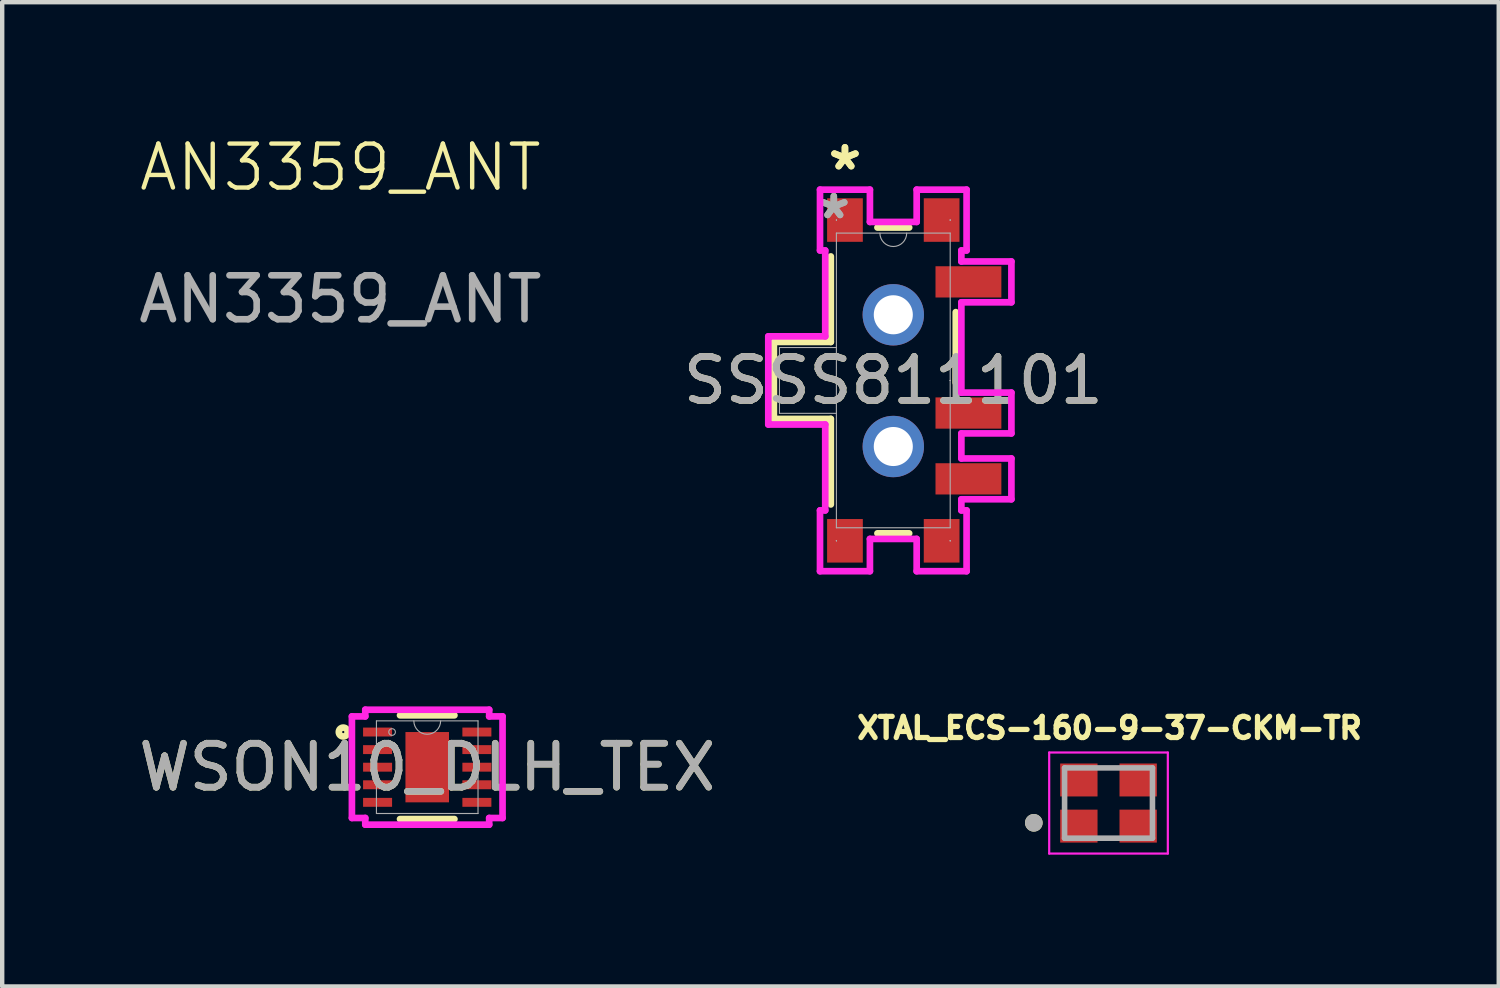
<source format=kicad_pcb>
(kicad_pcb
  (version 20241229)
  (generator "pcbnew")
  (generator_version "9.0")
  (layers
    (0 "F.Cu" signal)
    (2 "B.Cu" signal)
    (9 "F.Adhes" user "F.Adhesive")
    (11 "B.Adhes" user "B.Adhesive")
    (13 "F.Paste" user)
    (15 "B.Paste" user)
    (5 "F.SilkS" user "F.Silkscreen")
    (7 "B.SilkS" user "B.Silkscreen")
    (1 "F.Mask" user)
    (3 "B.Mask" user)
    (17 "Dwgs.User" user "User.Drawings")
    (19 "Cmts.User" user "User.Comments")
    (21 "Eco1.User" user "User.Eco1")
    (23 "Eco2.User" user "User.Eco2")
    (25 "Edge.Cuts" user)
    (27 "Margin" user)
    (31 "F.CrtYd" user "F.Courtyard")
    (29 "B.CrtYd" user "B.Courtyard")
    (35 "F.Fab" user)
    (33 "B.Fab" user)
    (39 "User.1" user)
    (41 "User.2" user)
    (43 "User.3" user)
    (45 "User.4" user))
  (footprint "AN3359_ANT"
    (layer "F.Cu")
    (at 4.696 1.26)
    (property "Reference" "AN3359_ANT" (at 0 -0.5 0) (unlocked yes) (layer "F.SilkS") (effects (font (size 1 1) (thickness 0.1))))
    (attr smd)
    (fp_text user "${REFERENCE}" (at 0 2.5 0) (unlocked yes) (layer "F.Fab") (effects (font (size 1 1) (thickness 0.15)))))
  (footprint "XTAL_ECS-160-9-37-CKM-TR"
    (layer "F.Cu")
    (at 22.178 15.226)
    (property "Reference" "XTAL_ECS-160-9-37-CKM-TR" (at 0.024 -1.708 0) (layer "F.SilkS") (effects (font (size 0.481 0.481) (thickness 0.15))))
    (attr smd)
    (fp_circle (center -1.7 0.45) (end -1.6 0.45) (stroke (width 0.2) (type solid)) (fill no) (layer "F.SilkS"))
    (fp_line (start -1.35 -1.15) (end -1.35 1.15) (stroke (width 0.05) (type solid)) (layer "F.CrtYd"))
    (fp_line (start -1.35 1.15) (end 1.35 1.15) (stroke (width 0.05) (type solid)) (layer "F.CrtYd"))
    (fp_line (start 1.35 -1.15) (end -1.35 -1.15) (stroke (width 0.05) (type solid)) (layer "F.CrtYd"))
    (fp_line (start 1.35 1.15) (end 1.35 -1.15) (stroke (width 0.05) (type solid)) (layer "F.CrtYd"))
    (fp_line (start -1 -0.8) (end -1 0.8) (stroke (width 0.127) (type solid)) (layer "F.Fab"))
    (fp_line (start -1 0.8) (end 1 0.8) (stroke (width 0.127) (type solid)) (layer "F.Fab"))
    (fp_line (start 1 -0.8) (end -1 -0.8) (stroke (width 0.127) (type solid)) (layer "F.Fab"))
    (fp_line (start 1 0.8) (end 1 -0.8) (stroke (width 0.127) (type solid)) (layer "F.Fab"))
    (fp_circle (center -1.7 0.45) (end -1.6 0.45) (stroke (width 0.2) (type solid)) (fill no) (layer "F.Fab"))
    (pad "1" smd rect (at -0.675 0.525) (size 0.85 0.75) (layers "F.Cu" "F.Mask" "F.Paste"))
    (pad "2" smd rect (at 0.675 0.525) (size 0.85 0.75) (layers "F.Cu" "F.Mask" "F.Paste"))
    (pad "3" smd rect (at 0.675 -0.525) (size 0.85 0.75) (layers "F.Cu" "F.Mask" "F.Paste"))
    (pad "4" smd rect (at -0.675 -0.525) (size 0.85 0.75) (layers "F.Cu" "F.Mask" "F.Paste")))
  (footprint "SSSS811101"
    (layer "F.Cu")
    (at 17.28 5.608)
    (property "Reference" "SSSS811101" (at 0 0 0) (unlocked yes) (layer "F.SilkS") (effects (font (size 1 1) (thickness 0.15))))
    (attr smd)
    (fp_line (start -2.718 -0.876) (end -2.718 0.876) (stroke (width 0.152) (type solid)) (layer "F.SilkS"))
    (fp_line (start -2.718 0.876) (end -1.422 0.876) (stroke (width 0.152) (type solid)) (layer "F.SilkS"))
    (fp_line (start -1.422 -2.822) (end -1.422 -0.876) (stroke (width 0.152) (type solid)) (layer "F.SilkS"))
    (fp_line (start -1.422 -0.876) (end -2.718 -0.876) (stroke (width 0.152) (type solid)) (layer "F.SilkS"))
    (fp_line (start -1.422 0.876) (end -1.422 2.822) (stroke (width 0.152) (type solid)) (layer "F.SilkS"))
    (fp_line (start -0.361 3.48) (end 0.361 3.48) (stroke (width 0.152) (type solid)) (layer "F.SilkS"))
    (fp_line (start 0.361 -3.48) (end -0.361 -3.48) (stroke (width 0.152) (type solid)) (layer "F.SilkS"))
    (fp_line (start 1.422 0.053) (end 1.422 -1.554) (stroke (width 0.152) (type solid)) (layer "F.SilkS"))
    (fp_line (start -2.845 -1.003) (end -2.845 1.003) (stroke (width 0.152) (type solid)) (layer "F.CrtYd"))
    (fp_line (start -2.845 1.003) (end -1.549 1.003) (stroke (width 0.152) (type solid)) (layer "F.CrtYd"))
    (fp_line (start -1.668 -4.342) (end -1.668 -2.958) (stroke (width 0.152) (type solid)) (layer "F.CrtYd"))
    (fp_line (start -1.668 -2.958) (end -1.549 -2.958) (stroke (width 0.152) (type solid)) (layer "F.CrtYd"))
    (fp_line (start -1.668 2.958) (end -1.668 4.342) (stroke (width 0.152) (type solid)) (layer "F.CrtYd"))
    (fp_line (start -1.668 4.342) (end -0.532 4.342) (stroke (width 0.152) (type solid)) (layer "F.CrtYd"))
    (fp_line (start -1.549 -2.958) (end -1.549 -1.003) (stroke (width 0.152) (type solid)) (layer "F.CrtYd"))
    (fp_line (start -1.549 -1.003) (end -2.845 -1.003) (stroke (width 0.152) (type solid)) (layer "F.CrtYd"))
    (fp_line (start -1.549 1.003) (end -1.549 2.958) (stroke (width 0.152) (type solid)) (layer "F.CrtYd"))
    (fp_line (start -1.549 2.958) (end -1.668 2.958) (stroke (width 0.152) (type solid)) (layer "F.CrtYd"))
    (fp_line (start -0.532 -4.342) (end -1.668 -4.342) (stroke (width 0.152) (type solid)) (layer "F.CrtYd"))
    (fp_line (start -0.532 -3.607) (end -0.532 -4.342) (stroke (width 0.152) (type solid)) (layer "F.CrtYd"))
    (fp_line (start -0.532 3.607) (end 0.532 3.607) (stroke (width 0.152) (type solid)) (layer "F.CrtYd"))
    (fp_line (start -0.532 4.342) (end -0.532 3.607) (stroke (width 0.152) (type solid)) (layer "F.CrtYd"))
    (fp_line (start 0.532 -4.342) (end 0.532 -3.607) (stroke (width 0.152) (type solid)) (layer "F.CrtYd"))
    (fp_line (start 0.532 -3.607) (end -0.532 -3.607) (stroke (width 0.152) (type solid)) (layer "F.CrtYd"))
    (fp_line (start 0.532 3.607) (end 0.532 4.342) (stroke (width 0.152) (type solid)) (layer "F.CrtYd"))
    (fp_line (start 0.532 4.342) (end 1.668 4.342) (stroke (width 0.152) (type solid)) (layer "F.CrtYd"))
    (fp_line (start 1.549 -2.958) (end 1.668 -2.958) (stroke (width 0.152) (type solid)) (layer "F.CrtYd"))
    (fp_line (start 1.549 -2.707) (end 1.549 -2.958) (stroke (width 0.152) (type solid)) (layer "F.CrtYd"))
    (fp_line (start 1.549 -1.778) (end 2.688 -1.778) (stroke (width 0.152) (type solid)) (layer "F.CrtYd"))
    (fp_line (start 1.549 0.277) (end 1.549 -1.778) (stroke (width 0.152) (type solid)) (layer "F.CrtYd"))
    (fp_line (start 1.549 1.206) (end 2.688 1.206) (stroke (width 0.152) (type solid)) (layer "F.CrtYd"))
    (fp_line (start 1.549 1.776) (end 1.549 1.206) (stroke (width 0.152) (type solid)) (layer "F.CrtYd"))
    (fp_line (start 1.549 2.705) (end 2.688 2.705) (stroke (width 0.152) (type solid)) (layer "F.CrtYd"))
    (fp_line (start 1.549 2.958) (end 1.549 2.705) (stroke (width 0.152) (type solid)) (layer "F.CrtYd"))
    (fp_line (start 1.668 -4.342) (end 0.532 -4.342) (stroke (width 0.152) (type solid)) (layer "F.CrtYd"))
    (fp_line (start 1.668 -2.958) (end 1.668 -4.342) (stroke (width 0.152) (type solid)) (layer "F.CrtYd"))
    (fp_line (start 1.668 2.958) (end 1.549 2.958) (stroke (width 0.152) (type solid)) (layer "F.CrtYd"))
    (fp_line (start 1.668 4.342) (end 1.668 2.958) (stroke (width 0.152) (type solid)) (layer "F.CrtYd"))
    (fp_line (start 2.688 -2.707) (end 1.549 -2.707) (stroke (width 0.152) (type solid)) (layer "F.CrtYd"))
    (fp_line (start 2.688 -1.778) (end 2.688 -2.707) (stroke (width 0.152) (type solid)) (layer "F.CrtYd"))
    (fp_line (start 2.688 0.277) (end 1.549 0.277) (stroke (width 0.152) (type solid)) (layer "F.CrtYd"))
    (fp_line (start 2.688 1.206) (end 2.688 0.277) (stroke (width 0.152) (type solid)) (layer "F.CrtYd"))
    (fp_line (start 2.688 1.776) (end 1.549 1.776) (stroke (width 0.152) (type solid)) (layer "F.CrtYd"))
    (fp_line (start 2.688 2.705) (end 2.688 1.776) (stroke (width 0.152) (type solid)) (layer "F.CrtYd"))
    (fp_line (start -2.591 0.749) (end -2.591 -0.749) (stroke (width 0.025) (type solid)) (layer "F.Fab"))
    (fp_line (start -1.295 -0.749) (end -2.591 -0.749) (stroke (width 0.025) (type solid)) (layer "F.Fab"))
    (fp_line (start -1.295 0.749) (end -2.591 0.749) (stroke (width 0.025) (type solid)) (layer "F.Fab"))
    (fp_line (start -1.295 -3.65) (end -1.295 -3.65) (stroke (width 0.025) (type solid)) (layer "F.Fab"))
    (fp_line (start -1.295 -3.65) (end -1.295 -3.65) (stroke (width 0.025) (type solid)) (layer "F.Fab"))
    (fp_line (start -1.295 -3.65) (end -1.295 -3.65) (stroke (width 0.025) (type solid)) (layer "F.Fab"))
    (fp_line (start -1.295 -3.65) (end -1.295 -3.65) (stroke (width 0.025) (type solid)) (layer "F.Fab"))
    (fp_line (start -1.295 -3.353) (end -1.295 3.353) (stroke (width 0.025) (type solid)) (layer "F.Fab"))
    (fp_line (start -1.295 0) (end -1.295 0) (stroke (width 0.025) (type solid)) (layer "F.Fab"))
    (fp_line (start -1.295 0) (end -1.295 0) (stroke (width 0.025) (type solid)) (layer "F.Fab"))
    (fp_line (start -1.295 0) (end -1.295 0) (stroke (width 0.025) (type solid)) (layer "F.Fab"))
    (fp_line (start -1.295 0) (end -1.295 0) (stroke (width 0.025) (type solid)) (layer "F.Fab"))
    (fp_line (start -1.295 3.353) (end 1.295 3.353) (stroke (width 0.025) (type solid)) (layer "F.Fab"))
    (fp_line (start -1.295 3.65) (end -1.295 3.65) (stroke (width 0.025) (type solid)) (layer "F.Fab"))
    (fp_line (start -1.295 3.65) (end -1.295 3.65) (stroke (width 0.025) (type solid)) (layer "F.Fab"))
    (fp_line (start -1.295 3.65) (end -1.295 3.65) (stroke (width 0.025) (type solid)) (layer "F.Fab"))
    (fp_line (start -1.295 3.65) (end -1.295 3.65) (stroke (width 0.025) (type solid)) (layer "F.Fab"))
    (fp_line (start 1.295 -3.65) (end 1.295 -3.65) (stroke (width 0.025) (type solid)) (layer "F.Fab"))
    (fp_line (start 1.295 -3.65) (end 1.295 -3.65) (stroke (width 0.025) (type solid)) (layer "F.Fab"))
    (fp_line (start 1.295 -3.65) (end 1.295 -3.65) (stroke (width 0.025) (type solid)) (layer "F.Fab"))
    (fp_line (start 1.295 -3.65) (end 1.295 -3.65) (stroke (width 0.025) (type solid)) (layer "F.Fab"))
    (fp_line (start 1.295 -3.353) (end -1.295 -3.353) (stroke (width 0.025) (type solid)) (layer "F.Fab"))
    (fp_line (start 1.295 0) (end 1.295 0) (stroke (width 0.025) (type solid)) (layer "F.Fab"))
    (fp_line (start 1.295 0) (end 1.295 0) (stroke (width 0.025) (type solid)) (layer "F.Fab"))
    (fp_line (start 1.295 0) (end 1.295 0) (stroke (width 0.025) (type solid)) (layer "F.Fab"))
    (fp_line (start 1.295 0) (end 1.295 0) (stroke (width 0.025) (type solid)) (layer "F.Fab"))
    (fp_line (start 1.295 3.353) (end 1.295 -3.353) (stroke (width 0.025) (type solid)) (layer "F.Fab"))
    (fp_line (start 1.295 3.65) (end 1.295 3.65) (stroke (width 0.025) (type solid)) (layer "F.Fab"))
    (fp_line (start 1.295 3.65) (end 1.295 3.65) (stroke (width 0.025) (type solid)) (layer "F.Fab"))
    (fp_line (start 1.295 3.65) (end 1.295 3.65) (stroke (width 0.025) (type solid)) (layer "F.Fab"))
    (fp_line (start 1.295 3.65) (end 1.295 3.65) (stroke (width 0.025) (type solid)) (layer "F.Fab"))
    (fp_arc (start 0.3048 -3.3528) (mid 0 -3.048) (end -0.3048 -3.3528) (stroke (width 0.0254) (type solid)) (layer "F.Fab"))
    (fp_text user "*" (at -1.1 -4.76 0) (layer "F.SilkS") (effects (font (size 1 1) (thickness 0.15))))
    (fp_text user "*" (at -1.1 -4.76 0) (unlocked yes) (layer "F.SilkS") (effects (font (size 1 1) (thickness 0.15))))
    (fp_text user "${REFERENCE}" (at 0 0 0) (unlocked yes) (layer "F.Fab") (effects (font (size 1 1) (thickness 0.15))))
    (fp_text user "*" (at -1.354 -3.65 0) (layer "F.Fab") (effects (font (size 1 1) (thickness 0.15))))
    (fp_text user "*" (at -1.354 -3.65 0) (unlocked yes) (layer "F.Fab") (effects (font (size 1 1) (thickness 0.15))))
    (pad "1" smd rect (at -1.1 -3.65) (size 0.813 0.991) (layers "F.Cu" "F.Mask" "F.Paste"))
    (pad "2" smd rect (at -1.1 3.65) (size 0.813 0.991) (layers "F.Cu" "F.Mask" "F.Paste"))
    (pad "3" smd rect (at 1.1 3.65) (size 0.813 0.991) (layers "F.Cu" "F.Mask" "F.Paste"))
    (pad "4" smd rect (at 1.1 -3.65) (size 0.813 0.991) (layers "F.Cu" "F.Mask" "F.Paste"))
    (pad "5" thru_hole circle (at 0 -1.494) (size 1.397 1.397) (drill 0.889) (layers "*.Cu" "*.Mask"))
    (pad "6" thru_hole circle (at 0 1.504) (size 1.397 1.397) (drill 0.889) (layers "*.Cu" "*.Mask"))
    (pad "7" smd rect (at 1.71 -2.243) (size 1.499 0.711) (layers "F.Cu" "F.Mask" "F.Paste"))
    (pad "8" smd rect (at 1.71 0.742) (size 1.499 0.711) (layers "F.Cu" "F.Mask" "F.Paste"))
    (pad "9" smd rect (at 1.71 2.24) (size 1.499 0.711) (layers "F.Cu" "F.Mask" "F.Paste")))
  (footprint "WSON10_DLH_TEX"
    (layer "F.Cu")
    (at 6.673 14.41)
    (property "Reference" "WSON10_DLH_TEX" (at 0 0 0) (unlocked yes) (layer "F.SilkS") (effects (font (size 1 1) (thickness 0.15))))
    (attr smd)
    (fp_line (start -0.619 1.181) (end 0.619 1.181) (stroke (width 0.152) (type solid)) (layer "F.SilkS"))
    (fp_line (start 0.619 -1.181) (end -0.619 -1.181) (stroke (width 0.152) (type solid)) (layer "F.SilkS"))
    (fp_circle (center -1.911 -0.8) (end -1.81 -0.8) (stroke (width 0.152) (type solid)) (fill no) (layer "F.SilkS"))
    (fp_line (start -1.714 -1.156) (end -1.41 -1.156) (stroke (width 0.152) (type solid)) (layer "F.CrtYd"))
    (fp_line (start -1.714 1.156) (end -1.714 -1.156) (stroke (width 0.152) (type solid)) (layer "F.CrtYd"))
    (fp_line (start -1.714 1.156) (end -1.41 1.156) (stroke (width 0.152) (type solid)) (layer "F.CrtYd"))
    (fp_line (start -1.41 -1.308) (end 1.41 -1.308) (stroke (width 0.152) (type solid)) (layer "F.CrtYd"))
    (fp_line (start -1.41 -1.156) (end -1.41 -1.308) (stroke (width 0.152) (type solid)) (layer "F.CrtYd"))
    (fp_line (start -1.41 1.308) (end -1.41 1.156) (stroke (width 0.152) (type solid)) (layer "F.CrtYd"))
    (fp_line (start 1.41 -1.308) (end 1.41 -1.156) (stroke (width 0.152) (type solid)) (layer "F.CrtYd"))
    (fp_line (start 1.41 1.156) (end 1.41 1.308) (stroke (width 0.152) (type solid)) (layer "F.CrtYd"))
    (fp_line (start 1.41 1.308) (end -1.41 1.308) (stroke (width 0.152) (type solid)) (layer "F.CrtYd"))
    (fp_line (start 1.714 -1.156) (end 1.41 -1.156) (stroke (width 0.152) (type solid)) (layer "F.CrtYd"))
    (fp_line (start 1.714 -1.156) (end 1.714 1.156) (stroke (width 0.152) (type solid)) (layer "F.CrtYd"))
    (fp_line (start 1.714 1.156) (end 1.41 1.156) (stroke (width 0.152) (type solid)) (layer "F.CrtYd"))
    (fp_line (start -1.156 -1.054) (end -1.156 1.054) (stroke (width 0.025) (type solid)) (layer "F.Fab"))
    (fp_line (start -1.156 1.054) (end 1.156 1.054) (stroke (width 0.025) (type solid)) (layer "F.Fab"))
    (fp_line (start 1.156 -1.054) (end -1.156 -1.054) (stroke (width 0.025) (type solid)) (layer "F.Fab"))
    (fp_line (start 1.156 1.054) (end 1.156 -1.054) (stroke (width 0.025) (type solid)) (layer "F.Fab"))
    (fp_arc (start 0.3048 -1.0541) (mid 0 -0.7493) (end -0.3048 -1.0541) (stroke (width 0.0254) (type solid)) (layer "F.Fab"))
    (fp_circle (center -0.8 -0.8) (end -0.724 -0.8) (stroke (width 0.025) (type solid)) (fill no) (layer "F.Fab"))
    (fp_text user "${REFERENCE}" (at 0 0 0) (unlocked yes) (layer "F.Fab") (effects (font (size 1 1) (thickness 0.15))))
    (pad "1" smd rect (at -1.13 -0.8) (size 0.66 0.203) (layers "F.Cu" "F.Mask" "F.Paste"))
    (pad "2" smd rect (at -1.13 -0.4) (size 0.66 0.203) (layers "F.Cu" "F.Mask" "F.Paste"))
    (pad "3" smd rect (at -1.13 0) (size 0.66 0.203) (layers "F.Cu" "F.Mask" "F.Paste"))
    (pad "4" smd rect (at -1.13 0.4) (size 0.66 0.203) (layers "F.Cu" "F.Mask" "F.Paste"))
    (pad "5" smd rect (at -1.13 0.8) (size 0.66 0.203) (layers "F.Cu" "F.Mask" "F.Paste"))
    (pad "6" smd rect (at 1.13 0.8) (size 0.66 0.203) (layers "F.Cu" "F.Mask" "F.Paste"))
    (pad "7" smd rect (at 1.13 0.4) (size 0.66 0.203) (layers "F.Cu" "F.Mask" "F.Paste"))
    (pad "8" smd rect (at 1.13 0) (size 0.66 0.203) (layers "F.Cu" "F.Mask" "F.Paste"))
    (pad "9" smd rect (at 1.13 -0.4) (size 0.66 0.203) (layers "F.Cu" "F.Mask" "F.Paste"))
    (pad "10" smd rect (at 1.13 -0.8) (size 0.66 0.203) (layers "F.Cu" "F.Mask" "F.Paste"))
    (pad "11" smd rect (at 0 0) (size 0.991 1.6) (layers "F.Cu" "F.Mask" "F.Paste")))
  (gr_rect
    (start -3 -3)
    (end 31.059 19.401)
    (stroke (width 0.1) (type default))
    (fill no)
    (layer "Edge.Cuts")))
</source>
